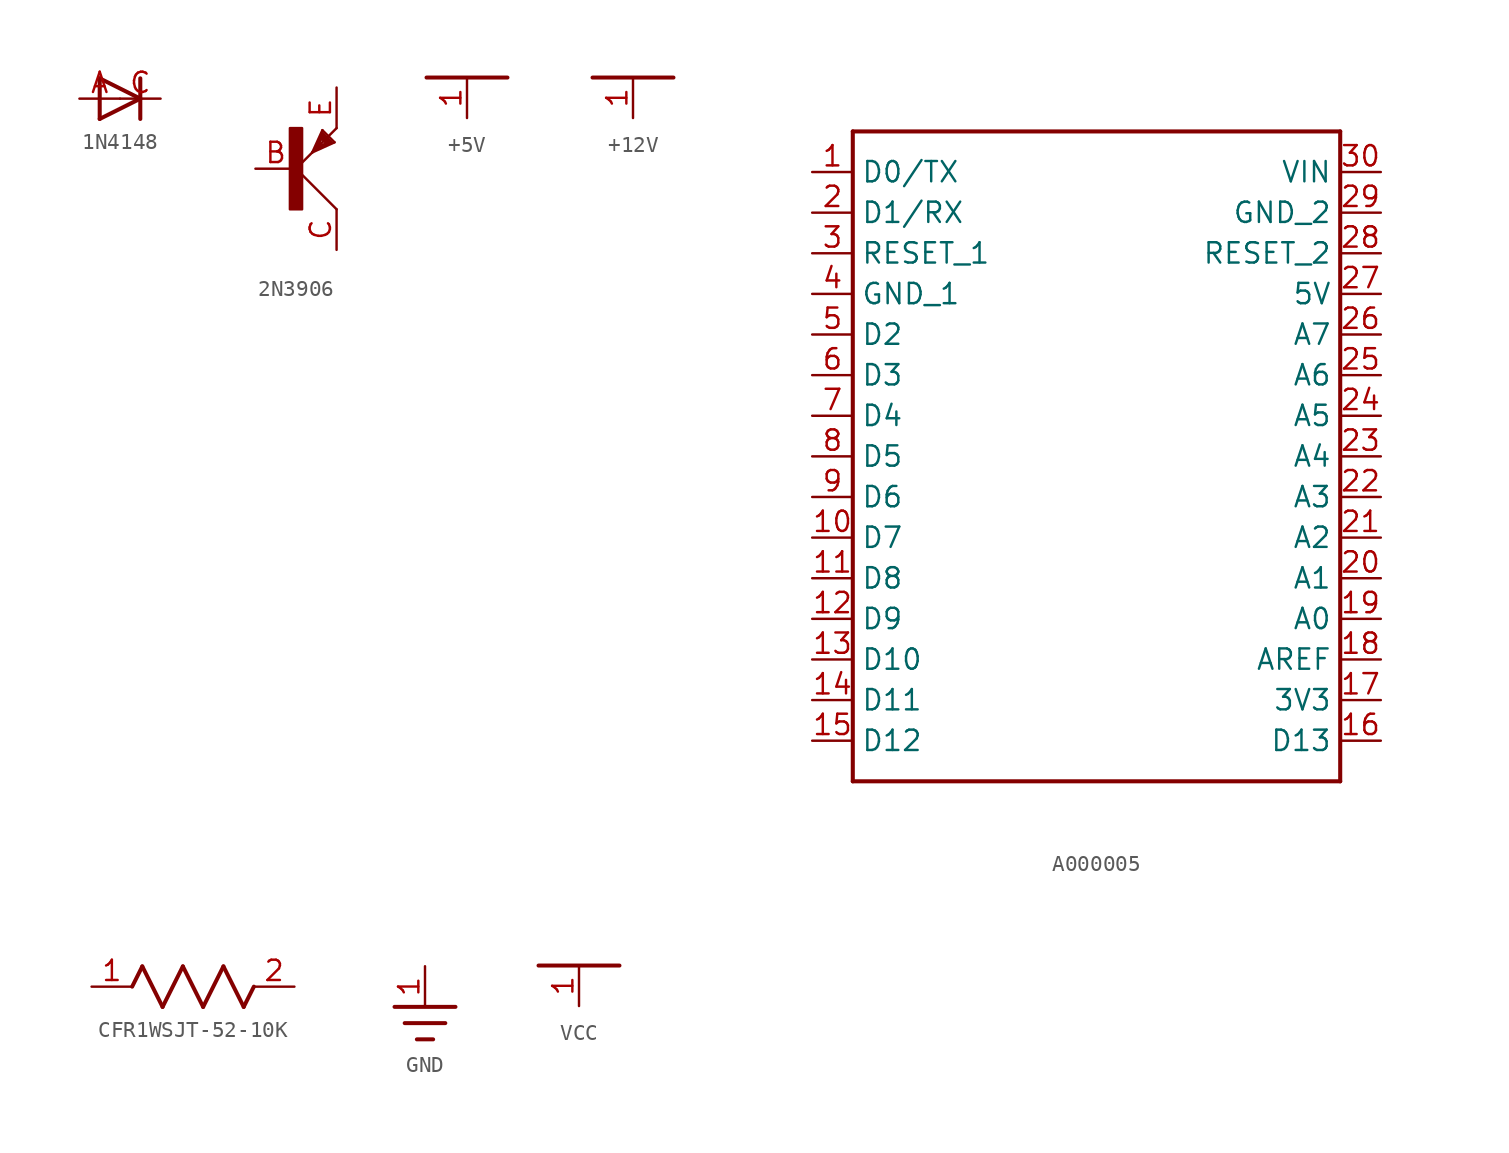
<source format=kicad_sym>
(kicad_symbol_lib
  (version 20211014)
  (generator kicad_symbol_editor)
  (symbol "1N4148"
    (property "Reference" "D"
      (at 0 0 0)
      (effects (font (size 1.27 1.27)) hide))
    (property "ki_locked" ""
      (at 0 0 0)
      (effects (font (size 1.27 1.27))))
    (symbol "1N4148_1_0"
      (polyline (pts (xy -1.27 -1.27) (xy 1.27 0)) (stroke (width 0.254) (type default) (color 0 0 0 0)) (fill (type none)))
      (polyline (pts (xy -1.27 1.27) (xy -1.27 -1.27)) (stroke (width 0.254) (type default) (color 0 0 0 0)) (fill (type none)))
      (polyline (pts (xy 1.27 0) (xy -1.27 1.27)) (stroke (width 0.254) (type default) (color 0 0 0 0)) (fill (type none)))
      (polyline (pts (xy 1.27 0) (xy 1.27 -1.27)) (stroke (width 0.254) (type default) (color 0 0 0 0)) (fill (type none)))
      (polyline (pts (xy 1.27 1.27) (xy 1.27 0)) (stroke (width 0.254) (type default) (color 0 0 0 0)) (fill (type none)))
      (pin passive line (at -2.54 0 0) (length 2.54) (name "A" (effects (font (size 0 0)))) (number "A" (effects (font (size 1.27 1.27)))))
      (pin passive line (at 2.54 0 180) (length 2.54) (name "C" (effects (font (size 0 0)))) (number "C" (effects (font (size 1.27 1.27)))))))
  (symbol "2N3906"
    (property "Reference" "Q"
      (at 0 0 0)
      (effects (font (size 1.27 1.27)) hide))
    (property "ki_locked" ""
      (at 0 0 0)
      (effects (font (size 1.27 1.27))))
    (symbol "2N3906_1_0"
      (rectangle (start -0.382 2.54) (end 0.381 -2.544) (stroke (width 0) (type default) (color 0 0 0 0)) (fill (type outline)))
      (polyline (pts (xy 0 0) (xy 1.016 1.016)) (stroke (width 0.152) (type default) (color 0 0 0 0)) (fill (type none)))
      (polyline (pts (xy 1.016 1.016) (xy 1.27 1.27)) (stroke (width 0.152) (type default) (color 0 0 0 0)) (fill (type none)))
      (polyline (pts (xy 1.016 1.016) (xy 2.413 1.651)) (stroke (width 0.152) (type default) (color 0 0 0 0)) (fill (type none)))
      (polyline (pts (xy 1.27 1.27) (xy 1.651 2.159)) (stroke (width 0.254) (type default) (color 0 0 0 0)) (fill (type none)))
      (polyline (pts (xy 1.27 1.27) (xy 2.54 2.54)) (stroke (width 0.152) (type default) (color 0 0 0 0)) (fill (type none)))
      (polyline (pts (xy 1.651 1.905) (xy 1.905 1.651)) (stroke (width 0.254) (type default) (color 0 0 0 0)) (fill (type none)))
      (polyline (pts (xy 1.651 2.159) (xy 2.159 1.651)) (stroke (width 0.254) (type default) (color 0 0 0 0)) (fill (type none)))
      (polyline (pts (xy 1.651 2.413) (xy 1.016 1.016)) (stroke (width 0.152) (type default) (color 0 0 0 0)) (fill (type none)))
      (polyline (pts (xy 2.159 1.651) (xy 1.27 1.27)) (stroke (width 0.254) (type default) (color 0 0 0 0)) (fill (type none)))
      (polyline (pts (xy 2.413 1.651) (xy 1.651 2.413)) (stroke (width 0.152) (type default) (color 0 0 0 0)) (fill (type none)))
      (polyline (pts (xy 2.54 -2.54) (xy 0 0)) (stroke (width 0.152) (type default) (color 0 0 0 0)) (fill (type none)))
      (pin passive line (at -2.54 0 0) (length 2.54) (name "B" (effects (font (size 0 0)))) (number "B" (effects (font (size 1.27 1.27)))))
      (pin passive line (at 2.54 -5.08 90) (length 2.54) (name "C" (effects (font (size 0 0)))) (number "C" (effects (font (size 1.27 1.27)))))
      (pin passive line (at 2.54 5.08 270) (length 2.54) (name "E" (effects (font (size 0 0)))) (number "E" (effects (font (size 1.27 1.27)))))))
  (symbol "+5V"
    (power)
    (property "Reference" "#NetPort"
      (at 0 0 0)
      (effects (font (size 1.27 1.27)) hide))
    (property "ki_locked" ""
      (at 0 0 0)
      (effects (font (size 1.27 1.27))))
    (symbol "+5V_1_0"
      (polyline (pts (xy -2.54 0) (xy 2.54 0)) (stroke (width 0.25) (type default) (color 0 0 0 0)) (fill (type none)))
      (pin power_in line (at 0 -2.54 90) (length 2.54) (name "+5V" (effects (font (size 0 0)))) (number "1" (effects (font (size 1.27 1.27)))))))
  (symbol "+12V"
    (power)
    (property "Reference" "#NetPort"
      (at 0 0 0)
      (effects (font (size 1.27 1.27)) hide))
    (property "ki_locked" ""
      (at 0 0 0)
      (effects (font (size 1.27 1.27))))
    (symbol "+12V_1_0"
      (polyline (pts (xy -2.54 0) (xy 2.54 0)) (stroke (width 0.25) (type default) (color 0 0 0 0)) (fill (type none)))
      (pin power_in line (at 0 -2.54 90) (length 2.54) (name "+12V" (effects (font (size 0 0)))) (number "1" (effects (font (size 1.27 1.27)))))))
  (symbol "A000005"
    (property "Reference" "U"
      (at 0 0 0)
      (effects (font (size 1.27 1.27)) hide))
    (property "ki_locked" ""
      (at 0 0 0)
      (effects (font (size 1.27 1.27))))
    (symbol "A000005_1_0"
      (polyline (pts (xy -15.24 -20.32) (xy -15.24 20.32)) (stroke (width 0.254) (type default) (color 0 0 0 0)) (fill (type none)))
      (polyline (pts (xy -15.24 20.32) (xy 15.24 20.32)) (stroke (width 0.254) (type default) (color 0 0 0 0)) (fill (type none)))
      (polyline (pts (xy 15.24 -20.32) (xy -15.24 -20.32)) (stroke (width 0.254) (type default) (color 0 0 0 0)) (fill (type none)))
      (polyline (pts (xy 15.24 20.32) (xy 15.24 -20.32)) (stroke (width 0.254) (type default) (color 0 0 0 0)) (fill (type none)))
      (pin bidirectional line (at -17.78 17.78 0) (length 2.54) (name "D0/TX" (effects (font (size 1.27 1.27)))) (number "1" (effects (font (size 1.27 1.27)))))
      (pin bidirectional line (at -17.78 -5.08 0) (length 2.54) (name "D7" (effects (font (size 1.27 1.27)))) (number "10" (effects (font (size 1.27 1.27)))))
      (pin bidirectional line (at -17.78 -7.62 0) (length 2.54) (name "D8" (effects (font (size 1.27 1.27)))) (number "11" (effects (font (size 1.27 1.27)))))
      (pin bidirectional line (at -17.78 -10.16 0) (length 2.54) (name "D9" (effects (font (size 1.27 1.27)))) (number "12" (effects (font (size 1.27 1.27)))))
      (pin bidirectional line (at -17.78 -12.7 0) (length 2.54) (name "D10" (effects (font (size 1.27 1.27)))) (number "13" (effects (font (size 1.27 1.27)))))
      (pin bidirectional line (at -17.78 -15.24 0) (length 2.54) (name "D11" (effects (font (size 1.27 1.27)))) (number "14" (effects (font (size 1.27 1.27)))))
      (pin bidirectional line (at -17.78 -17.78 0) (length 2.54) (name "D12" (effects (font (size 1.27 1.27)))) (number "15" (effects (font (size 1.27 1.27)))))
      (pin bidirectional line (at 17.78 -17.78 180) (length 2.54) (name "D13" (effects (font (size 1.27 1.27)))) (number "16" (effects (font (size 1.27 1.27)))))
      (pin power_in line (at 17.78 -15.24 180) (length 2.54) (name "3V3" (effects (font (size 1.27 1.27)))) (number "17" (effects (font (size 1.27 1.27)))))
      (pin input line (at 17.78 -12.7 180) (length 2.54) (name "AREF" (effects (font (size 1.27 1.27)))) (number "18" (effects (font (size 1.27 1.27)))))
      (pin input line (at 17.78 -10.16 180) (length 2.54) (name "A0" (effects (font (size 1.27 1.27)))) (number "19" (effects (font (size 1.27 1.27)))))
      (pin bidirectional line (at -17.78 15.24 0) (length 2.54) (name "D1/RX" (effects (font (size 1.27 1.27)))) (number "2" (effects (font (size 1.27 1.27)))))
      (pin input line (at 17.78 -7.62 180) (length 2.54) (name "A1" (effects (font (size 1.27 1.27)))) (number "20" (effects (font (size 1.27 1.27)))))
      (pin input line (at 17.78 -5.08 180) (length 2.54) (name "A2" (effects (font (size 1.27 1.27)))) (number "21" (effects (font (size 1.27 1.27)))))
      (pin input line (at 17.78 -2.54 180) (length 2.54) (name "A3" (effects (font (size 1.27 1.27)))) (number "22" (effects (font (size 1.27 1.27)))))
      (pin input line (at 17.78 0 180) (length 2.54) (name "A4" (effects (font (size 1.27 1.27)))) (number "23" (effects (font (size 1.27 1.27)))))
      (pin input line (at 17.78 2.54 180) (length 2.54) (name "A5" (effects (font (size 1.27 1.27)))) (number "24" (effects (font (size 1.27 1.27)))))
      (pin input line (at 17.78 5.08 180) (length 2.54) (name "A6" (effects (font (size 1.27 1.27)))) (number "25" (effects (font (size 1.27 1.27)))))
      (pin input line (at 17.78 7.62 180) (length 2.54) (name "A7" (effects (font (size 1.27 1.27)))) (number "26" (effects (font (size 1.27 1.27)))))
      (pin power_in line (at 17.78 10.16 180) (length 2.54) (name "5V" (effects (font (size 1.27 1.27)))) (number "27" (effects (font (size 1.27 1.27)))))
      (pin input line (at 17.78 12.7 180) (length 2.54) (name "RESET_2" (effects (font (size 1.27 1.27)))) (number "28" (effects (font (size 1.27 1.27)))))
      (pin power_in line (at 17.78 15.24 180) (length 2.54) (name "GND_2" (effects (font (size 1.27 1.27)))) (number "29" (effects (font (size 1.27 1.27)))))
      (pin input line (at -17.78 12.7 0) (length 2.54) (name "RESET_1" (effects (font (size 1.27 1.27)))) (number "3" (effects (font (size 1.27 1.27)))))
      (pin power_in line (at 17.78 17.78 180) (length 2.54) (name "VIN" (effects (font (size 1.27 1.27)))) (number "30" (effects (font (size 1.27 1.27)))))
      (pin power_in line (at -17.78 10.16 0) (length 2.54) (name "GND_1" (effects (font (size 1.27 1.27)))) (number "4" (effects (font (size 1.27 1.27)))))
      (pin bidirectional line (at -17.78 7.62 0) (length 2.54) (name "D2" (effects (font (size 1.27 1.27)))) (number "5" (effects (font (size 1.27 1.27)))))
      (pin bidirectional line (at -17.78 5.08 0) (length 2.54) (name "D3" (effects (font (size 1.27 1.27)))) (number "6" (effects (font (size 1.27 1.27)))))
      (pin bidirectional line (at -17.78 2.54 0) (length 2.54) (name "D4" (effects (font (size 1.27 1.27)))) (number "7" (effects (font (size 1.27 1.27)))))
      (pin bidirectional line (at -17.78 0 0) (length 2.54) (name "D5" (effects (font (size 1.27 1.27)))) (number "8" (effects (font (size 1.27 1.27)))))
      (pin bidirectional line (at -17.78 -2.54 0) (length 2.54) (name "D6" (effects (font (size 1.27 1.27)))) (number "9" (effects (font (size 1.27 1.27)))))))
  (symbol "CFR1WSJT-52-10K"
    (property "Reference" "R"
      (at 0 0 0)
      (effects (font (size 1.27 1.27)) hide))
    (property "ki_locked" ""
      (at 0 0 0)
      (effects (font (size 1.27 1.27))))
    (symbol "CFR1WSJT-52-10K_1_0"
      (polyline (pts (xy -3.81 0) (xy -3.175 1.27)) (stroke (width 0.25) (type default) (color 0 0 0 0)) (fill (type none)))
      (polyline (pts (xy -3.175 1.27) (xy -1.905 -1.27)) (stroke (width 0.25) (type default) (color 0 0 0 0)) (fill (type none)))
      (polyline (pts (xy -1.905 -1.27) (xy -0.635 1.27)) (stroke (width 0.25) (type default) (color 0 0 0 0)) (fill (type none)))
      (polyline (pts (xy -0.635 1.27) (xy 0.635 -1.27)) (stroke (width 0.25) (type default) (color 0 0 0 0)) (fill (type none)))
      (polyline (pts (xy 0.635 -1.27) (xy 1.905 1.27)) (stroke (width 0.25) (type default) (color 0 0 0 0)) (fill (type none)))
      (polyline (pts (xy 1.905 1.27) (xy 3.175 -1.27)) (stroke (width 0.25) (type default) (color 0 0 0 0)) (fill (type none)))
      (polyline (pts (xy 3.175 -1.27) (xy 3.81 0)) (stroke (width 0.25) (type default) (color 0 0 0 0)) (fill (type none)))
      (pin passive line (at -6.35 0 0) (length 2.54) (name "1" (effects (font (size 0 0)))) (number "1" (effects (font (size 1.27 1.27)))))
      (pin passive line (at 6.35 0 180) (length 2.54) (name "2" (effects (font (size 0 0)))) (number "2" (effects (font (size 1.27 1.27)))))))
  (symbol "GND"
    (power)
    (property "Reference" "#NetPort"
      (at 0 0 0)
      (effects (font (size 1.27 1.27)) hide))
    (property "ki_locked" ""
      (at 0 0 0)
      (effects (font (size 1.27 1.27))))
    (symbol "GND_1_0"
      (polyline (pts (xy -1.905 1.016) (xy 1.905 1.016)) (stroke (width 0.25) (type default) (color 0 0 0 0)) (fill (type none)))
      (polyline (pts (xy -1.27 0) (xy 1.27 0)) (stroke (width 0.25) (type default) (color 0 0 0 0)) (fill (type none)))
      (polyline (pts (xy -0.508 -1.016) (xy 0.508 -1.016)) (stroke (width 0.25) (type default) (color 0 0 0 0)) (fill (type none)))
      (pin power_in line (at 0 3.556 270) (length 2.54) (name "GND" (effects (font (size 0 0)))) (number "1" (effects (font (size 1.27 1.27)))))))
  (symbol "VCC"
    (power)
    (property "Reference" "#NetPort"
      (at 0 0 0)
      (effects (font (size 1.27 1.27)) hide))
    (property "ki_locked" ""
      (at 0 0 0)
      (effects (font (size 1.27 1.27))))
    (symbol "VCC_1_0"
      (polyline (pts (xy -2.54 0) (xy 2.54 0)) (stroke (width 0.25) (type default) (color 0 0 0 0)) (fill (type none)))
      (pin power_in line (at 0 -2.54 90) (length 2.54) (name "VCC" (effects (font (size 0 0)))) (number "1" (effects (font (size 1.27 1.27))))))))
</source>
